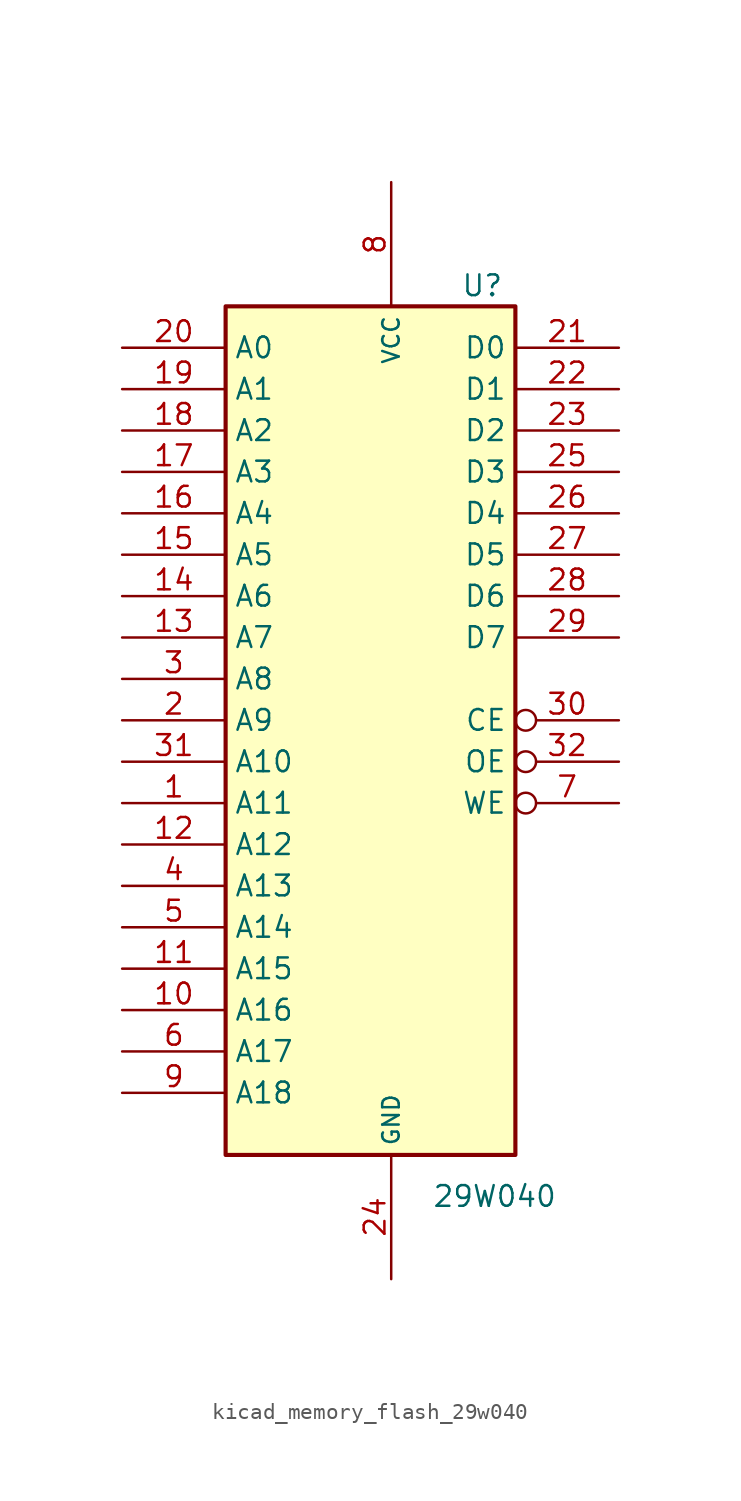
<source format=kicad_sym>
(kicad_symbol_lib
  (version 20220914)
  (generator kicad_symbol_editor)
  (symbol "kicad_memory_flash_29w040"
    (property "Reference" "U"
      (at 6.858 24.13 0)
      (effects (font (size 1.27 1.27))))
    (property "Value" "29W040"
      (at 7.62 -31.75 0)
      (effects (font (size 1.27 1.27))))
    (symbol "kicad_memory_flash_29w040_0_1"
      (rectangle (start -8.89 22.86) (end 8.89 -29.21) (stroke (width 0.254) (type default)) (fill (type background))))
    (symbol "kicad_memory_flash_29w040_1_1"
      (pin input line (at -15.24 -7.62 0) (length 6.35) (name "A11" (effects (font (size 1.27 1.27)))) (number "1" (effects (font (size 1.27 1.27)))))
      (pin input line (at -15.24 -20.32 0) (length 6.35) (name "A16" (effects (font (size 1.27 1.27)))) (number "10" (effects (font (size 1.27 1.27)))))
      (pin input line (at -15.24 -17.78 0) (length 6.35) (name "A15" (effects (font (size 1.27 1.27)))) (number "11" (effects (font (size 1.27 1.27)))))
      (pin input line (at -15.24 -10.16 0) (length 6.35) (name "A12" (effects (font (size 1.27 1.27)))) (number "12" (effects (font (size 1.27 1.27)))))
      (pin input line (at -15.24 2.54 0) (length 6.35) (name "A7" (effects (font (size 1.27 1.27)))) (number "13" (effects (font (size 1.27 1.27)))))
      (pin input line (at -15.24 5.08 0) (length 6.35) (name "A6" (effects (font (size 1.27 1.27)))) (number "14" (effects (font (size 1.27 1.27)))))
      (pin input line (at -15.24 7.62 0) (length 6.35) (name "A5" (effects (font (size 1.27 1.27)))) (number "15" (effects (font (size 1.27 1.27)))))
      (pin input line (at -15.24 10.16 0) (length 6.35) (name "A4" (effects (font (size 1.27 1.27)))) (number "16" (effects (font (size 1.27 1.27)))))
      (pin input line (at -15.24 12.7 0) (length 6.35) (name "A3" (effects (font (size 1.27 1.27)))) (number "17" (effects (font (size 1.27 1.27)))))
      (pin input line (at -15.24 15.24 0) (length 6.35) (name "A2" (effects (font (size 1.27 1.27)))) (number "18" (effects (font (size 1.27 1.27)))))
      (pin input line (at -15.24 17.78 0) (length 6.35) (name "A1" (effects (font (size 1.27 1.27)))) (number "19" (effects (font (size 1.27 1.27)))))
      (pin input line (at -15.24 -2.54 0) (length 6.35) (name "A9" (effects (font (size 1.27 1.27)))) (number "2" (effects (font (size 1.27 1.27)))))
      (pin input line (at -15.24 20.32 0) (length 6.35) (name "A0" (effects (font (size 1.27 1.27)))) (number "20" (effects (font (size 1.27 1.27)))))
      (pin tri_state line (at 15.24 20.32 180) (length 6.35) (name "D0" (effects (font (size 1.27 1.27)))) (number "21" (effects (font (size 1.27 1.27)))))
      (pin tri_state line (at 15.24 17.78 180) (length 6.35) (name "D1" (effects (font (size 1.27 1.27)))) (number "22" (effects (font (size 1.27 1.27)))))
      (pin tri_state line (at 15.24 15.24 180) (length 6.35) (name "D2" (effects (font (size 1.27 1.27)))) (number "23" (effects (font (size 1.27 1.27)))))
      (pin power_in line (at 1.27 -36.83 90) (length 7.62) (name "GND" (effects (font (size 1.016 1.016)))) (number "24" (effects (font (size 1.27 1.27)))))
      (pin tri_state line (at 15.24 12.7 180) (length 6.35) (name "D3" (effects (font (size 1.27 1.27)))) (number "25" (effects (font (size 1.27 1.27)))))
      (pin tri_state line (at 15.24 10.16 180) (length 6.35) (name "D4" (effects (font (size 1.27 1.27)))) (number "26" (effects (font (size 1.27 1.27)))))
      (pin tri_state line (at 15.24 7.62 180) (length 6.35) (name "D5" (effects (font (size 1.27 1.27)))) (number "27" (effects (font (size 1.27 1.27)))))
      (pin tri_state line (at 15.24 5.08 180) (length 6.35) (name "D6" (effects (font (size 1.27 1.27)))) (number "28" (effects (font (size 1.27 1.27)))))
      (pin tri_state line (at 15.24 2.54 180) (length 6.35) (name "D7" (effects (font (size 1.27 1.27)))) (number "29" (effects (font (size 1.27 1.27)))))
      (pin input line (at -15.24 0 0) (length 6.35) (name "A8" (effects (font (size 1.27 1.27)))) (number "3" (effects (font (size 1.27 1.27)))))
      (pin input inverted (at 15.24 -2.54 180) (length 6.35) (name "CE" (effects (font (size 1.27 1.27)))) (number "30" (effects (font (size 1.27 1.27)))))
      (pin input line (at -15.24 -5.08 0) (length 6.35) (name "A10" (effects (font (size 1.27 1.27)))) (number "31" (effects (font (size 1.27 1.27)))))
      (pin input inverted (at 15.24 -5.08 180) (length 6.35) (name "OE" (effects (font (size 1.27 1.27)))) (number "32" (effects (font (size 1.27 1.27)))))
      (pin input line (at -15.24 -12.7 0) (length 6.35) (name "A13" (effects (font (size 1.27 1.27)))) (number "4" (effects (font (size 1.27 1.27)))))
      (pin input line (at -15.24 -15.24 0) (length 6.35) (name "A14" (effects (font (size 1.27 1.27)))) (number "5" (effects (font (size 1.27 1.27)))))
      (pin input line (at -15.24 -22.86 0) (length 6.35) (name "A17" (effects (font (size 1.27 1.27)))) (number "6" (effects (font (size 1.27 1.27)))))
      (pin input inverted (at 15.24 -7.62 180) (length 6.35) (name "WE" (effects (font (size 1.27 1.27)))) (number "7" (effects (font (size 1.27 1.27)))))
      (pin power_in line (at 1.27 30.48 270) (length 7.62) (name "VCC" (effects (font (size 1.016 1.016)))) (number "8" (effects (font (size 1.27 1.27)))))
      (pin input line (at -15.24 -25.4 0) (length 6.35) (name "A18" (effects (font (size 1.27 1.27)))) (number "9" (effects (font (size 1.27 1.27))))))))
</source>
